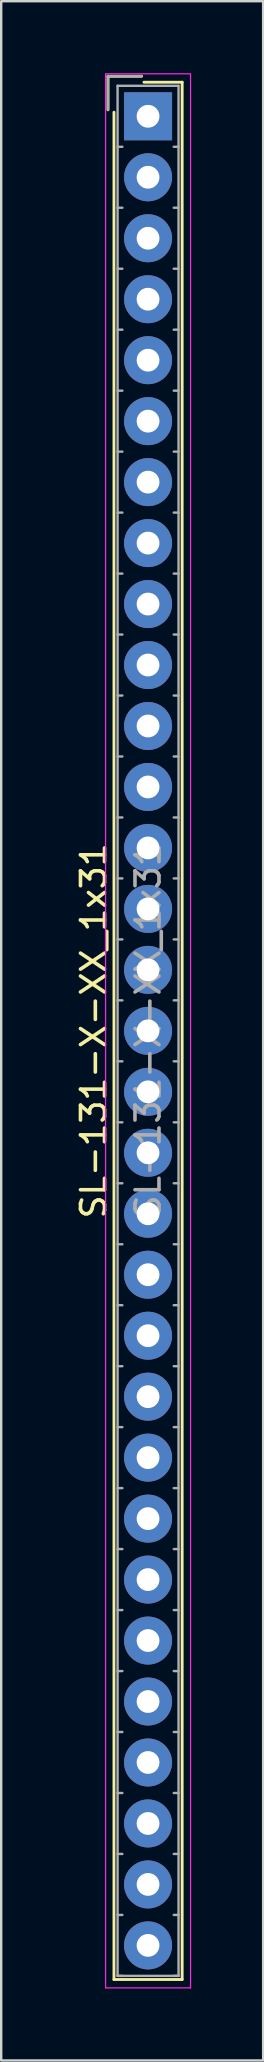
<source format=kicad_pcb>
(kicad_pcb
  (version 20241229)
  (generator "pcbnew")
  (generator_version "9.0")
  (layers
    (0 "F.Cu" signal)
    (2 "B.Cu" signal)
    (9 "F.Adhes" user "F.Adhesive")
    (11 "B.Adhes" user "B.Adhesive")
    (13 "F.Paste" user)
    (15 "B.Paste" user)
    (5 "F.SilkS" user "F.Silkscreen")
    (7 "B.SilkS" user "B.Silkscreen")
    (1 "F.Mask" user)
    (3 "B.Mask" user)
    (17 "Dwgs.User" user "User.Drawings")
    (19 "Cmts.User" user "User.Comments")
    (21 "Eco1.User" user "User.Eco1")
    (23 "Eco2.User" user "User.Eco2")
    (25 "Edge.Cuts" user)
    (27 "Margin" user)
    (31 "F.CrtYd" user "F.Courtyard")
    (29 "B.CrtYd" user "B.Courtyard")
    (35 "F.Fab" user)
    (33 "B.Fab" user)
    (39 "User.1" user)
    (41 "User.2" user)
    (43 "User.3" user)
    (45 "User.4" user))
  (footprint "SL-131-X-XX_1x31"
    (layer "F.Cu")
    (at 3.118 1.795)
    (property "Reference" "SL-131-X-XX_1x31" (at -2.27 38.1 90) (layer "F.SilkS") (effects (font (size 1 1) (thickness 0.15))))
    (attr through_hole)
    (fp_line (start -1.67 -1.67) (end -1.67 -0.27) (stroke (width 0.12) (type solid)) (layer "F.SilkS"))
    (fp_line (start -1.42 77.62) (end -1.42 -0.17) (stroke (width 0.12) (type solid)) (layer "F.SilkS"))
    (fp_line (start -0.27 -1.67) (end -1.67 -1.67) (stroke (width 0.12) (type solid)) (layer "F.SilkS"))
    (fp_line (start -0.17 -1.42) (end 1.42 -1.42) (stroke (width 0.12) (type solid)) (layer "F.SilkS"))
    (fp_line (start 1.42 -1.42) (end 1.42 77.62) (stroke (width 0.12) (type solid)) (layer "F.SilkS"))
    (fp_line (start 1.42 77.62) (end -1.42 77.62) (stroke (width 0.12) (type solid)) (layer "F.SilkS"))
    (fp_line (start -1.77 -1.77) (end -1.77 77.97) (stroke (width 0.05) (type solid)) (layer "F.CrtYd"))
    (fp_line (start -1.77 77.97) (end 1.77 77.97) (stroke (width 0.05) (type solid)) (layer "F.CrtYd"))
    (fp_line (start 1.77 -1.77) (end -1.77 -1.77) (stroke (width 0.05) (type solid)) (layer "F.CrtYd"))
    (fp_line (start 1.77 77.97) (end 1.77 -1.77) (stroke (width 0.05) (type solid)) (layer "F.CrtYd"))
    (fp_line (start -1.67 -1.67) (end -1.67 -0.27) (stroke (width 0.1) (type solid)) (layer "F.Fab"))
    (fp_line (start -1.27 -1.27) (end -1.27 77.47) (stroke (width 0.1) (type solid)) (layer "F.Fab"))
    (fp_line (start -1.27 1.27) (end -1.07 1.27) (stroke (width 0.1) (type solid)) (layer "F.Fab"))
    (fp_line (start -1.27 3.81) (end -1.07 3.81) (stroke (width 0.1) (type solid)) (layer "F.Fab"))
    (fp_line (start -1.27 6.35) (end -1.07 6.35) (stroke (width 0.1) (type solid)) (layer "F.Fab"))
    (fp_line (start -1.27 8.89) (end -1.07 8.89) (stroke (width 0.1) (type solid)) (layer "F.Fab"))
    (fp_line (start -1.27 11.43) (end -1.07 11.43) (stroke (width 0.1) (type solid)) (layer "F.Fab"))
    (fp_line (start -1.27 13.97) (end -1.07 13.97) (stroke (width 0.1) (type solid)) (layer "F.Fab"))
    (fp_line (start -1.27 16.51) (end -1.07 16.51) (stroke (width 0.1) (type solid)) (layer "F.Fab"))
    (fp_line (start -1.27 19.05) (end -1.07 19.05) (stroke (width 0.1) (type solid)) (layer "F.Fab"))
    (fp_line (start -1.27 21.59) (end -1.07 21.59) (stroke (width 0.1) (type solid)) (layer "F.Fab"))
    (fp_line (start -1.27 24.13) (end -1.07 24.13) (stroke (width 0.1) (type solid)) (layer "F.Fab"))
    (fp_line (start -1.27 26.67) (end -1.07 26.67) (stroke (width 0.1) (type solid)) (layer "F.Fab"))
    (fp_line (start -1.27 29.21) (end -1.07 29.21) (stroke (width 0.1) (type solid)) (layer "F.Fab"))
    (fp_line (start -1.27 31.75) (end -1.07 31.75) (stroke (width 0.1) (type solid)) (layer "F.Fab"))
    (fp_line (start -1.27 34.29) (end -1.07 34.29) (stroke (width 0.1) (type solid)) (layer "F.Fab"))
    (fp_line (start -1.27 36.83) (end -1.07 36.83) (stroke (width 0.1) (type solid)) (layer "F.Fab"))
    (fp_line (start -1.27 39.37) (end -1.07 39.37) (stroke (width 0.1) (type solid)) (layer "F.Fab"))
    (fp_line (start -1.27 41.91) (end -1.07 41.91) (stroke (width 0.1) (type solid)) (layer "F.Fab"))
    (fp_line (start -1.27 44.45) (end -1.07 44.45) (stroke (width 0.1) (type solid)) (layer "F.Fab"))
    (fp_line (start -1.27 46.99) (end -1.07 46.99) (stroke (width 0.1) (type solid)) (layer "F.Fab"))
    (fp_line (start -1.27 49.53) (end -1.07 49.53) (stroke (width 0.1) (type solid)) (layer "F.Fab"))
    (fp_line (start -1.27 52.07) (end -1.07 52.07) (stroke (width 0.1) (type solid)) (layer "F.Fab"))
    (fp_line (start -1.27 54.61) (end -1.07 54.61) (stroke (width 0.1) (type solid)) (layer "F.Fab"))
    (fp_line (start -1.27 57.15) (end -1.07 57.15) (stroke (width 0.1) (type solid)) (layer "F.Fab"))
    (fp_line (start -1.27 59.69) (end -1.07 59.69) (stroke (width 0.1) (type solid)) (layer "F.Fab"))
    (fp_line (start -1.27 62.23) (end -1.07 62.23) (stroke (width 0.1) (type solid)) (layer "F.Fab"))
    (fp_line (start -1.27 64.77) (end -1.07 64.77) (stroke (width 0.1) (type solid)) (layer "F.Fab"))
    (fp_line (start -1.27 67.31) (end -1.07 67.31) (stroke (width 0.1) (type solid)) (layer "F.Fab"))
    (fp_line (start -1.27 69.85) (end -1.07 69.85) (stroke (width 0.1) (type solid)) (layer "F.Fab"))
    (fp_line (start -1.27 72.39) (end -1.07 72.39) (stroke (width 0.1) (type solid)) (layer "F.Fab"))
    (fp_line (start -1.27 74.93) (end -1.07 74.93) (stroke (width 0.1) (type solid)) (layer "F.Fab"))
    (fp_line (start -1.27 77.47) (end -1.07 77.47) (stroke (width 0.1) (type solid)) (layer "F.Fab"))
    (fp_line (start -1.27 77.47) (end 1.27 77.47) (stroke (width 0.1) (type solid)) (layer "F.Fab"))
    (fp_line (start -0.27 -1.67) (end -1.67 -1.67) (stroke (width 0.1) (type solid)) (layer "F.Fab"))
    (fp_line (start 1.27 -1.27) (end -1.27 -1.27) (stroke (width 0.1) (type solid)) (layer "F.Fab"))
    (fp_line (start 1.27 1.27) (end 1.07 1.27) (stroke (width 0.1) (type solid)) (layer "F.Fab"))
    (fp_line (start 1.27 3.81) (end 1.07 3.81) (stroke (width 0.1) (type solid)) (layer "F.Fab"))
    (fp_line (start 1.27 6.35) (end 1.07 6.35) (stroke (width 0.1) (type solid)) (layer "F.Fab"))
    (fp_line (start 1.27 8.89) (end 1.07 8.89) (stroke (width 0.1) (type solid)) (layer "F.Fab"))
    (fp_line (start 1.27 11.43) (end 1.07 11.43) (stroke (width 0.1) (type solid)) (layer "F.Fab"))
    (fp_line (start 1.27 13.97) (end 1.07 13.97) (stroke (width 0.1) (type solid)) (layer "F.Fab"))
    (fp_line (start 1.27 16.51) (end 1.07 16.51) (stroke (width 0.1) (type solid)) (layer "F.Fab"))
    (fp_line (start 1.27 19.05) (end 1.07 19.05) (stroke (width 0.1) (type solid)) (layer "F.Fab"))
    (fp_line (start 1.27 21.59) (end 1.07 21.59) (stroke (width 0.1) (type solid)) (layer "F.Fab"))
    (fp_line (start 1.27 24.13) (end 1.07 24.13) (stroke (width 0.1) (type solid)) (layer "F.Fab"))
    (fp_line (start 1.27 26.67) (end 1.07 26.67) (stroke (width 0.1) (type solid)) (layer "F.Fab"))
    (fp_line (start 1.27 29.21) (end 1.07 29.21) (stroke (width 0.1) (type solid)) (layer "F.Fab"))
    (fp_line (start 1.27 31.75) (end 1.07 31.75) (stroke (width 0.1) (type solid)) (layer "F.Fab"))
    (fp_line (start 1.27 34.29) (end 1.07 34.29) (stroke (width 0.1) (type solid)) (layer "F.Fab"))
    (fp_line (start 1.27 36.83) (end 1.07 36.83) (stroke (width 0.1) (type solid)) (layer "F.Fab"))
    (fp_line (start 1.27 39.37) (end 1.07 39.37) (stroke (width 0.1) (type solid)) (layer "F.Fab"))
    (fp_line (start 1.27 41.91) (end 1.07 41.91) (stroke (width 0.1) (type solid)) (layer "F.Fab"))
    (fp_line (start 1.27 44.45) (end 1.07 44.45) (stroke (width 0.1) (type solid)) (layer "F.Fab"))
    (fp_line (start 1.27 46.99) (end 1.07 46.99) (stroke (width 0.1) (type solid)) (layer "F.Fab"))
    (fp_line (start 1.27 49.53) (end 1.07 49.53) (stroke (width 0.1) (type solid)) (layer "F.Fab"))
    (fp_line (start 1.27 52.07) (end 1.07 52.07) (stroke (width 0.1) (type solid)) (layer "F.Fab"))
    (fp_line (start 1.27 54.61) (end 1.07 54.61) (stroke (width 0.1) (type solid)) (layer "F.Fab"))
    (fp_line (start 1.27 57.15) (end 1.07 57.15) (stroke (width 0.1) (type solid)) (layer "F.Fab"))
    (fp_line (start 1.27 59.69) (end 1.07 59.69) (stroke (width 0.1) (type solid)) (layer "F.Fab"))
    (fp_line (start 1.27 62.23) (end 1.07 62.23) (stroke (width 0.1) (type solid)) (layer "F.Fab"))
    (fp_line (start 1.27 64.77) (end 1.07 64.77) (stroke (width 0.1) (type solid)) (layer "F.Fab"))
    (fp_line (start 1.27 67.31) (end 1.07 67.31) (stroke (width 0.1) (type solid)) (layer "F.Fab"))
    (fp_line (start 1.27 69.85) (end 1.07 69.85) (stroke (width 0.1) (type solid)) (layer "F.Fab"))
    (fp_line (start 1.27 72.39) (end 1.07 72.39) (stroke (width 0.1) (type solid)) (layer "F.Fab"))
    (fp_line (start 1.27 74.93) (end 1.07 74.93) (stroke (width 0.1) (type solid)) (layer "F.Fab"))
    (fp_line (start 1.27 77.47) (end 1.07 77.47) (stroke (width 0.1) (type solid)) (layer "F.Fab"))
    (fp_line (start 1.27 77.47) (end 1.27 -1.27) (stroke (width 0.1) (type solid)) (layer "F.Fab"))
    (fp_text user "${REFERENCE}" (at 0 38.1 90) (layer "F.Fab") (effects (font (size 1 1) (thickness 0.15))))
    (pad "1" thru_hole rect (at 0 0) (size 2 2) (drill 0.95) (layers "*.Cu" "*.Mask"))
    (pad "2" thru_hole circle (at 0 2.54) (size 2 2) (drill 0.95) (layers "*.Cu" "*.Mask"))
    (pad "3" thru_hole circle (at 0 5.08) (size 2 2) (drill 0.95) (layers "*.Cu" "*.Mask"))
    (pad "4" thru_hole circle (at 0 7.62) (size 2 2) (drill 0.95) (layers "*.Cu" "*.Mask"))
    (pad "5" thru_hole circle (at 0 10.16) (size 2 2) (drill 0.95) (layers "*.Cu" "*.Mask"))
    (pad "6" thru_hole circle (at 0 12.7) (size 2 2) (drill 0.95) (layers "*.Cu" "*.Mask"))
    (pad "7" thru_hole circle (at 0 15.24) (size 2 2) (drill 0.95) (layers "*.Cu" "*.Mask"))
    (pad "8" thru_hole circle (at 0 17.78) (size 2 2) (drill 0.95) (layers "*.Cu" "*.Mask"))
    (pad "9" thru_hole circle (at 0 20.32) (size 2 2) (drill 0.95) (layers "*.Cu" "*.Mask"))
    (pad "10" thru_hole circle (at 0 22.86) (size 2 2) (drill 0.95) (layers "*.Cu" "*.Mask"))
    (pad "11" thru_hole circle (at 0 25.4) (size 2 2) (drill 0.95) (layers "*.Cu" "*.Mask"))
    (pad "12" thru_hole circle (at 0 27.94) (size 2 2) (drill 0.95) (layers "*.Cu" "*.Mask"))
    (pad "13" thru_hole circle (at 0 30.48) (size 2 2) (drill 0.95) (layers "*.Cu" "*.Mask"))
    (pad "14" thru_hole circle (at 0 33.02) (size 2 2) (drill 0.95) (layers "*.Cu" "*.Mask"))
    (pad "15" thru_hole circle (at 0 35.56) (size 2 2) (drill 0.95) (layers "*.Cu" "*.Mask"))
    (pad "16" thru_hole circle (at 0 38.1) (size 2 2) (drill 0.95) (layers "*.Cu" "*.Mask"))
    (pad "17" thru_hole circle (at 0 40.64) (size 2 2) (drill 0.95) (layers "*.Cu" "*.Mask"))
    (pad "18" thru_hole circle (at 0 43.18) (size 2 2) (drill 0.95) (layers "*.Cu" "*.Mask"))
    (pad "19" thru_hole circle (at 0 45.72) (size 2 2) (drill 0.95) (layers "*.Cu" "*.Mask"))
    (pad "20" thru_hole circle (at 0 48.26) (size 2 2) (drill 0.95) (layers "*.Cu" "*.Mask"))
    (pad "21" thru_hole circle (at 0 50.8) (size 2 2) (drill 0.95) (layers "*.Cu" "*.Mask"))
    (pad "22" thru_hole circle (at 0 53.34) (size 2 2) (drill 0.95) (layers "*.Cu" "*.Mask"))
    (pad "23" thru_hole circle (at 0 55.88) (size 2 2) (drill 0.95) (layers "*.Cu" "*.Mask"))
    (pad "24" thru_hole circle (at 0 58.42) (size 2 2) (drill 0.95) (layers "*.Cu" "*.Mask"))
    (pad "25" thru_hole circle (at 0 60.96) (size 2 2) (drill 0.95) (layers "*.Cu" "*.Mask"))
    (pad "26" thru_hole circle (at 0 63.5) (size 2 2) (drill 0.95) (layers "*.Cu" "*.Mask"))
    (pad "27" thru_hole circle (at 0 66.04) (size 2 2) (drill 0.95) (layers "*.Cu" "*.Mask"))
    (pad "28" thru_hole circle (at 0 68.58) (size 2 2) (drill 0.95) (layers "*.Cu" "*.Mask"))
    (pad "29" thru_hole circle (at 0 71.12) (size 2 2) (drill 0.95) (layers "*.Cu" "*.Mask"))
    (pad "30" thru_hole circle (at 0 73.66) (size 2 2) (drill 0.95) (layers "*.Cu" "*.Mask"))
    (pad "31" thru_hole circle (at 0 76.2) (size 2 2) (drill 0.95) (layers "*.Cu" "*.Mask")))
  (gr_rect
    (start -3 -3)
    (end 7.913 82.79)
    (stroke (width 0.1) (type default))
    (fill no)
    (layer "Edge.Cuts")))
</source>
